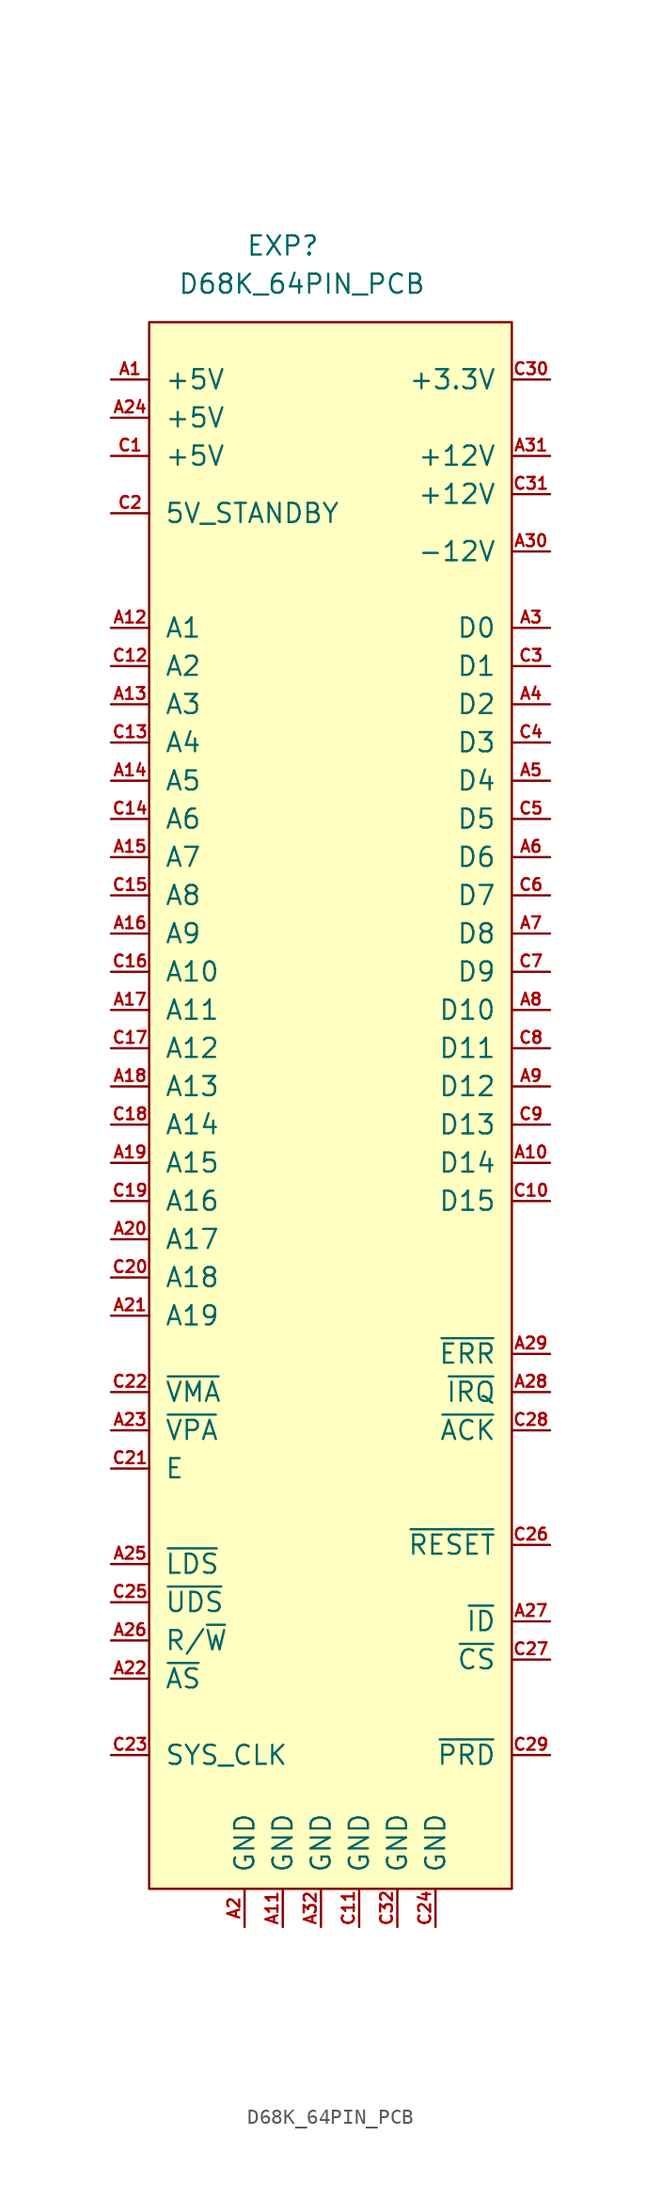
<source format=kicad_sym>
(kicad_symbol_lib
  (version 20220914)
  (generator kicad_symbol_editor)
  (symbol "D68K_64PIN_PCB"
    (pin_names
      (offset 1.016))
    (property "Reference" "EXP"
      (at -3.81 53.34 0)
      (effects (font (size 1.27 1.27))))
    (property "Value" "D68K_64PIN_PCB"
      (at -2.54 50.8 0)
      (effects (font (size 1.27 1.27))))
    (symbol "D68K_64PIN_PCB_0_1"
      (rectangle (start -12.7 48.26) (end 11.43 -55.88) (stroke (width 0) (type default)) (fill (type background))))
    (symbol "D68K_64PIN_PCB_1_1"
      (pin power_in line (at -15.24 44.45 0) (length 2.54) (name "+5V" (effects (font (size 1.27 1.27)))) (number "A1" (effects (font (size 0.787 0.787)))))
      (pin bidirectional line (at 13.97 -7.62 180) (length 2.54) (name "D14" (effects (font (size 1.27 1.27)))) (number "A10" (effects (font (size 0.787 0.787)))))
      (pin power_in line (at -3.81 -58.42 90) (length 2.54) (name "GND" (effects (font (size 1.27 1.27)))) (number "A11" (effects (font (size 0.787 0.787)))))
      (pin input line (at -15.24 27.94 0) (length 2.54) (name "A1" (effects (font (size 1.27 1.27)))) (number "A12" (effects (font (size 0.787 0.787)))))
      (pin input line (at -15.24 22.86 0) (length 2.54) (name "A3" (effects (font (size 1.27 1.27)))) (number "A13" (effects (font (size 0.787 0.787)))))
      (pin input line (at -15.24 17.78 0) (length 2.54) (name "A5" (effects (font (size 1.27 1.27)))) (number "A14" (effects (font (size 0.787 0.787)))))
      (pin input line (at -15.24 12.7 0) (length 2.54) (name "A7" (effects (font (size 1.27 1.27)))) (number "A15" (effects (font (size 0.787 0.787)))))
      (pin input line (at -15.24 7.62 0) (length 2.54) (name "A9" (effects (font (size 1.27 1.27)))) (number "A16" (effects (font (size 0.787 0.787)))))
      (pin input line (at -15.24 2.54 0) (length 2.54) (name "A11" (effects (font (size 1.27 1.27)))) (number "A17" (effects (font (size 0.787 0.787)))))
      (pin input line (at -15.24 -2.54 0) (length 2.54) (name "A13" (effects (font (size 1.27 1.27)))) (number "A18" (effects (font (size 0.787 0.787)))))
      (pin input line (at -15.24 -7.62 0) (length 2.54) (name "A15" (effects (font (size 1.27 1.27)))) (number "A19" (effects (font (size 0.787 0.787)))))
      (pin power_in line (at -6.35 -58.42 90) (length 2.54) (name "GND" (effects (font (size 1.27 1.27)))) (number "A2" (effects (font (size 0.787 0.787)))))
      (pin input line (at -15.24 -12.7 0) (length 2.54) (name "A17" (effects (font (size 1.27 1.27)))) (number "A20" (effects (font (size 0.787 0.787)))))
      (pin input line (at -15.24 -17.78 0) (length 2.54) (name "A19" (effects (font (size 1.27 1.27)))) (number "A21" (effects (font (size 0.787 0.787)))))
      (pin input line (at -15.24 -41.91 0) (length 2.54) (name "~{AS}" (effects (font (size 1.27 1.27)))) (number "A22" (effects (font (size 0.787 0.787)))))
      (pin tri_state line (at -15.24 -25.4 0) (length 2.54) (name "~{VPA}" (effects (font (size 1.27 1.27)))) (number "A23" (effects (font (size 0.787 0.787)))))
      (pin power_in line (at -15.24 41.91 0) (length 2.54) (name "+5V" (effects (font (size 1.27 1.27)))) (number "A24" (effects (font (size 0.787 0.787)))))
      (pin input line (at -15.24 -34.29 0) (length 2.54) (name "~{LDS}" (effects (font (size 1.27 1.27)))) (number "A25" (effects (font (size 0.787 0.787)))))
      (pin input line (at -15.24 -39.37 0) (length 2.54) (name "R/~{W}" (effects (font (size 1.27 1.27)))) (number "A26" (effects (font (size 0.787 0.787)))))
      (pin input line (at 13.97 -38.1 180) (length 2.54) (name "~{ID}" (effects (font (size 1.27 1.27)))) (number "A27" (effects (font (size 0.787 0.787)))))
      (pin tri_state line (at 13.97 -22.86 180) (length 2.54) (name "~{IRQ}" (effects (font (size 1.27 1.27)))) (number "A28" (effects (font (size 0.787 0.787)))))
      (pin tri_state line (at 13.97 -20.32 180) (length 2.54) (name "~{ERR}" (effects (font (size 1.27 1.27)))) (number "A29" (effects (font (size 0.787 0.787)))))
      (pin bidirectional line (at 13.97 27.94 180) (length 2.54) (name "D0" (effects (font (size 1.27 1.27)))) (number "A3" (effects (font (size 0.787 0.787)))))
      (pin power_in line (at 13.97 33.02 180) (length 2.54) (name "-12V" (effects (font (size 1.27 1.27)))) (number "A30" (effects (font (size 0.787 0.787)))))
      (pin power_in line (at 13.97 39.37 180) (length 2.54) (name "+12V" (effects (font (size 1.27 1.27)))) (number "A31" (effects (font (size 0.787 0.787)))))
      (pin power_in line (at -1.27 -58.42 90) (length 2.54) (name "GND" (effects (font (size 1.27 1.27)))) (number "A32" (effects (font (size 0.787 0.787)))))
      (pin bidirectional line (at 13.97 22.86 180) (length 2.54) (name "D2" (effects (font (size 1.27 1.27)))) (number "A4" (effects (font (size 0.787 0.787)))))
      (pin bidirectional line (at 13.97 17.78 180) (length 2.54) (name "D4" (effects (font (size 1.27 1.27)))) (number "A5" (effects (font (size 0.787 0.787)))))
      (pin bidirectional line (at 13.97 12.7 180) (length 2.54) (name "D6" (effects (font (size 1.27 1.27)))) (number "A6" (effects (font (size 0.787 0.787)))))
      (pin bidirectional line (at 13.97 7.62 180) (length 2.54) (name "D8" (effects (font (size 1.27 1.27)))) (number "A7" (effects (font (size 0.787 0.787)))))
      (pin bidirectional line (at 13.97 2.54 180) (length 2.54) (name "D10" (effects (font (size 1.27 1.27)))) (number "A8" (effects (font (size 0.787 0.787)))))
      (pin bidirectional line (at 13.97 -2.54 180) (length 2.54) (name "D12" (effects (font (size 1.27 1.27)))) (number "A9" (effects (font (size 0.787 0.787)))))
      (pin power_in line (at -15.24 39.37 0) (length 2.54) (name "+5V" (effects (font (size 1.27 1.27)))) (number "C1" (effects (font (size 0.787 0.787)))))
      (pin bidirectional line (at 13.97 -10.16 180) (length 2.54) (name "D15" (effects (font (size 1.27 1.27)))) (number "C10" (effects (font (size 0.787 0.787)))))
      (pin power_in line (at 1.27 -58.42 90) (length 2.54) (name "GND" (effects (font (size 1.27 1.27)))) (number "C11" (effects (font (size 0.787 0.787)))))
      (pin input line (at -15.24 25.4 0) (length 2.54) (name "A2" (effects (font (size 1.27 1.27)))) (number "C12" (effects (font (size 0.787 0.787)))))
      (pin input line (at -15.24 20.32 0) (length 2.54) (name "A4" (effects (font (size 1.27 1.27)))) (number "C13" (effects (font (size 0.787 0.787)))))
      (pin input line (at -15.24 15.24 0) (length 2.54) (name "A6" (effects (font (size 1.27 1.27)))) (number "C14" (effects (font (size 0.787 0.787)))))
      (pin input line (at -15.24 10.16 0) (length 2.54) (name "A8" (effects (font (size 1.27 1.27)))) (number "C15" (effects (font (size 0.787 0.787)))))
      (pin input line (at -15.24 5.08 0) (length 2.54) (name "A10" (effects (font (size 1.27 1.27)))) (number "C16" (effects (font (size 0.787 0.787)))))
      (pin input line (at -15.24 0 0) (length 2.54) (name "A12" (effects (font (size 1.27 1.27)))) (number "C17" (effects (font (size 0.787 0.787)))))
      (pin input line (at -15.24 -5.08 0) (length 2.54) (name "A14" (effects (font (size 1.27 1.27)))) (number "C18" (effects (font (size 0.787 0.787)))))
      (pin input line (at -15.24 -10.16 0) (length 2.54) (name "A16" (effects (font (size 1.27 1.27)))) (number "C19" (effects (font (size 0.787 0.787)))))
      (pin power_in line (at -15.24 35.56 0) (length 2.54) (name "5V_STANDBY" (effects (font (size 1.27 1.27)))) (number "C2" (effects (font (size 0.787 0.787)))))
      (pin input line (at -15.24 -15.24 0) (length 2.54) (name "A18" (effects (font (size 1.27 1.27)))) (number "C20" (effects (font (size 0.787 0.787)))))
      (pin input line (at -15.24 -27.94 0) (length 2.54) (name "E" (effects (font (size 1.27 1.27)))) (number "C21" (effects (font (size 0.787 0.787)))))
      (pin input line (at -15.24 -22.86 0) (length 2.54) (name "~{VMA}" (effects (font (size 1.27 1.27)))) (number "C22" (effects (font (size 0.787 0.787)))))
      (pin input line (at -15.24 -46.99 0) (length 2.54) (name "SYS_CLK" (effects (font (size 1.27 1.27)))) (number "C23" (effects (font (size 0.787 0.787)))))
      (pin power_in line (at 6.35 -58.42 90) (length 2.54) (name "GND" (effects (font (size 1.27 1.27)))) (number "C24" (effects (font (size 0.787 0.787)))))
      (pin input line (at -15.24 -36.83 0) (length 2.54) (name "~{UDS}" (effects (font (size 1.27 1.27)))) (number "C25" (effects (font (size 0.787 0.787)))))
      (pin input line (at 13.97 -33.02 180) (length 2.54) (name "~{RESET}" (effects (font (size 1.27 1.27)))) (number "C26" (effects (font (size 0.787 0.787)))))
      (pin input line (at 13.97 -40.64 180) (length 2.54) (name "~{CS}" (effects (font (size 1.27 1.27)))) (number "C27" (effects (font (size 0.787 0.787)))))
      (pin tri_state line (at 13.97 -25.4 180) (length 2.54) (name "~{ACK}" (effects (font (size 1.27 1.27)))) (number "C28" (effects (font (size 0.787 0.787)))))
      (pin passive line (at 13.97 -46.99 180) (length 2.54) (name "~{PRD}" (effects (font (size 1.27 1.27)))) (number "C29" (effects (font (size 0.787 0.787)))))
      (pin bidirectional line (at 13.97 25.4 180) (length 2.54) (name "D1" (effects (font (size 1.27 1.27)))) (number "C3" (effects (font (size 0.787 0.787)))))
      (pin power_in line (at 13.97 44.45 180) (length 2.54) (name "+3.3V" (effects (font (size 1.27 1.27)))) (number "C30" (effects (font (size 0.787 0.787)))))
      (pin power_in line (at 13.97 36.83 180) (length 2.54) (name "+12V" (effects (font (size 1.27 1.27)))) (number "C31" (effects (font (size 0.787 0.787)))))
      (pin power_in line (at 3.81 -58.42 90) (length 2.54) (name "GND" (effects (font (size 1.27 1.27)))) (number "C32" (effects (font (size 0.787 0.787)))))
      (pin bidirectional line (at 13.97 20.32 180) (length 2.54) (name "D3" (effects (font (size 1.27 1.27)))) (number "C4" (effects (font (size 0.787 0.787)))))
      (pin bidirectional line (at 13.97 15.24 180) (length 2.54) (name "D5" (effects (font (size 1.27 1.27)))) (number "C5" (effects (font (size 0.787 0.787)))))
      (pin bidirectional line (at 13.97 10.16 180) (length 2.54) (name "D7" (effects (font (size 1.27 1.27)))) (number "C6" (effects (font (size 0.787 0.787)))))
      (pin bidirectional line (at 13.97 5.08 180) (length 2.54) (name "D9" (effects (font (size 1.27 1.27)))) (number "C7" (effects (font (size 0.787 0.787)))))
      (pin bidirectional line (at 13.97 0 180) (length 2.54) (name "D11" (effects (font (size 1.27 1.27)))) (number "C8" (effects (font (size 0.787 0.787)))))
      (pin bidirectional line (at 13.97 -5.08 180) (length 2.54) (name "D13" (effects (font (size 1.27 1.27)))) (number "C9" (effects (font (size 0.787 0.787))))))))
</source>
